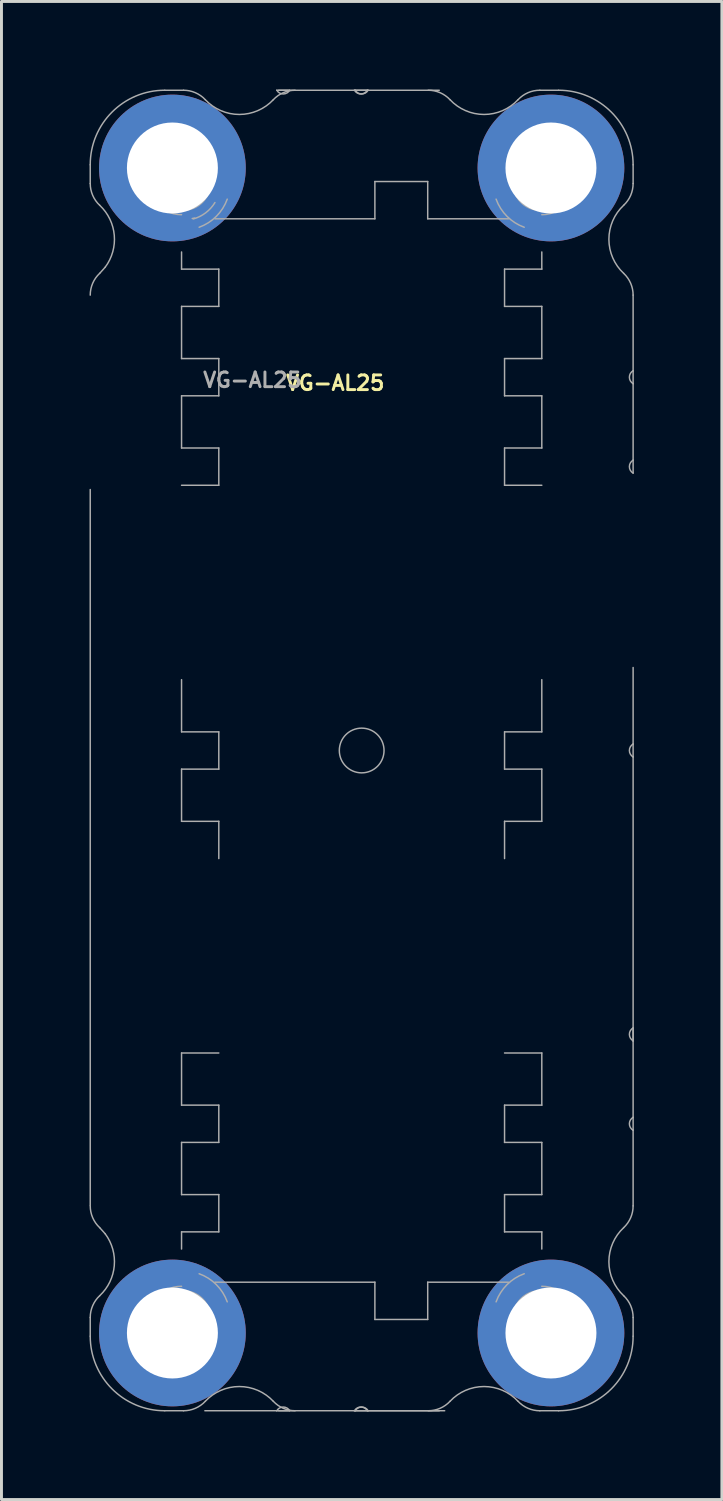
<source format=kicad_pcb>
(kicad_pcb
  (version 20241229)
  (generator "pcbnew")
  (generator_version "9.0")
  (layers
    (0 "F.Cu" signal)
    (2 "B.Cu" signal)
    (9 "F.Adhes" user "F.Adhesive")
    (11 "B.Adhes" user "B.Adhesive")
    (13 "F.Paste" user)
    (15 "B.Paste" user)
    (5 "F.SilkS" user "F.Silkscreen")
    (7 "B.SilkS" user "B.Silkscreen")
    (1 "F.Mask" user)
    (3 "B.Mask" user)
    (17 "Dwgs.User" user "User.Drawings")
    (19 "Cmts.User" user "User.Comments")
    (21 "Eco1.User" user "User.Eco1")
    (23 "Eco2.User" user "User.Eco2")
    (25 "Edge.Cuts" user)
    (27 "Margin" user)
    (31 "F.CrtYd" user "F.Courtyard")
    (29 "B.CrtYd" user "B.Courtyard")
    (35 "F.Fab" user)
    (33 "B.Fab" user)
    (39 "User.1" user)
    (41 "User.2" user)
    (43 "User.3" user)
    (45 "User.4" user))
  (footprint "VG-AL25"
    (layer "F.Cu")
    (at 9.275 22.525)
    (property "Reference" "VG-AL25" (at -0.9 -12.525 0) (layer "F.SilkS") (effects (font (size 0.5 0.5) (thickness 0.1))))
    (attr exclude_from_pos_files exclude_from_bom)
    (fp_line (start -9.25 -19.96) (end -9.25 -19.322) (stroke (width 0.05) (type solid)) (layer "F.Fab"))
    (fp_line (start -9.25 15.5) (end -9.25 -8.893) (stroke (width 0.05) (type solid)) (layer "F.Fab"))
    (fp_line (start -9.25 19.322) (end -9.25 19.96) (stroke (width 0.05) (type solid)) (layer "F.Fab"))
    (fp_line (start -8.928 16.26) (end -8.742 16.468) (stroke (width 0.05) (type solid)) (layer "F.Fab"))
    (fp_line (start -8.742 -16.468) (end -8.928 -16.26) (stroke (width 0.05) (type solid)) (layer "F.Fab"))
    (fp_line (start -6.71 22.5) (end -6.072 22.5) (stroke (width 0.05) (type solid)) (layer "F.Fab"))
    (fp_line (start -6.138 -16.988) (end -6.138 -16.404) (stroke (width 0.05) (type solid)) (layer "F.Fab"))
    (fp_line (start -6.138 -16.404) (end -4.869 -16.404) (stroke (width 0.05) (type solid)) (layer "F.Fab"))
    (fp_line (start -6.138 -15.134) (end -6.138 -13.356) (stroke (width 0.05) (type solid)) (layer "F.Fab"))
    (fp_line (start -6.138 -13.356) (end -4.869 -13.356) (stroke (width 0.05) (type solid)) (layer "F.Fab"))
    (fp_line (start -6.138 -12.086) (end -6.138 -10.308) (stroke (width 0.05) (type solid)) (layer "F.Fab"))
    (fp_line (start -6.138 -10.308) (end -4.869 -10.308) (stroke (width 0.05) (type solid)) (layer "F.Fab"))
    (fp_line (start -6.138 -2.413) (end -6.138 -0.635) (stroke (width 0.05) (type solid)) (layer "F.Fab"))
    (fp_line (start -6.138 -0.635) (end -4.869 -0.635) (stroke (width 0.05) (type solid)) (layer "F.Fab"))
    (fp_line (start -6.138 0.635) (end -6.138 2.413) (stroke (width 0.05) (type solid)) (layer "F.Fab"))
    (fp_line (start -6.138 2.413) (end -4.869 2.413) (stroke (width 0.05) (type solid)) (layer "F.Fab"))
    (fp_line (start -6.138 10.308) (end -6.138 12.086) (stroke (width 0.05) (type solid)) (layer "F.Fab"))
    (fp_line (start -6.138 12.086) (end -4.869 12.086) (stroke (width 0.05) (type solid)) (layer "F.Fab"))
    (fp_line (start -6.138 13.356) (end -6.138 15.134) (stroke (width 0.05) (type solid)) (layer "F.Fab"))
    (fp_line (start -6.138 15.134) (end -4.869 15.134) (stroke (width 0.05) (type solid)) (layer "F.Fab"))
    (fp_line (start -6.138 16.404) (end -6.138 16.988) (stroke (width 0.05) (type solid)) (layer "F.Fab"))
    (fp_line (start -6.072 -22.5) (end -6.71 -22.5) (stroke (width 0.05) (type solid)) (layer "F.Fab"))
    (fp_line (start -5.694 -18.144) (end -5.774 -18.128) (stroke (width 0.05) (type solid)) (layer "F.Fab"))
    (fp_line (start -5.343 22.5) (end -2.893 22.5) (stroke (width 0.05) (type solid)) (layer "F.Fab"))
    (fp_line (start -5 18.119) (end 0.45 18.119) (stroke (width 0.05) (type solid)) (layer "F.Fab"))
    (fp_line (start -4.869 -16.404) (end -4.869 -15.134) (stroke (width 0.05) (type solid)) (layer "F.Fab"))
    (fp_line (start -4.869 -15.134) (end -6.138 -15.134) (stroke (width 0.05) (type solid)) (layer "F.Fab"))
    (fp_line (start -4.869 -13.356) (end -4.869 -12.086) (stroke (width 0.05) (type solid)) (layer "F.Fab"))
    (fp_line (start -4.869 -12.086) (end -6.138 -12.086) (stroke (width 0.05) (type solid)) (layer "F.Fab"))
    (fp_line (start -4.869 -10.308) (end -4.869 -9.038) (stroke (width 0.05) (type solid)) (layer "F.Fab"))
    (fp_line (start -4.869 -9.038) (end -6.138 -9.038) (stroke (width 0.05) (type solid)) (layer "F.Fab"))
    (fp_line (start -4.869 -0.635) (end -4.869 0.635) (stroke (width 0.05) (type solid)) (layer "F.Fab"))
    (fp_line (start -4.869 0.635) (end -6.138 0.635) (stroke (width 0.05) (type solid)) (layer "F.Fab"))
    (fp_line (start -4.869 2.413) (end -4.869 3.683) (stroke (width 0.05) (type solid)) (layer "F.Fab"))
    (fp_line (start -4.869 10.308) (end -6.138 10.308) (stroke (width 0.05) (type solid)) (layer "F.Fab"))
    (fp_line (start -4.869 12.086) (end -4.869 13.356) (stroke (width 0.05) (type solid)) (layer "F.Fab"))
    (fp_line (start -4.869 13.356) (end -6.138 13.356) (stroke (width 0.05) (type solid)) (layer "F.Fab"))
    (fp_line (start -4.869 15.134) (end -4.869 16.404) (stroke (width 0.05) (type solid)) (layer "F.Fab"))
    (fp_line (start -4.869 16.404) (end -6.138 16.404) (stroke (width 0.05) (type solid)) (layer "F.Fab"))
    (fp_line (start -2.893 -22.5) (end -2.453 -22.5) (stroke (width 0.05) (type solid)) (layer "F.Fab"))
    (fp_line (start -2.828 22.5) (end -0.22 22.5) (stroke (width 0.05) (type solid)) (layer "F.Fab"))
    (fp_line (start -2.453 22.5) (end -2.893 22.5) (stroke (width 0.05) (type solid)) (layer "F.Fab"))
    (fp_line (start -0.247 -22.5) (end 0.193 -22.5) (stroke (width 0.05) (type solid)) (layer "F.Fab"))
    (fp_line (start -0.22 -22.5) (end -2.828 -22.5) (stroke (width 0.05) (type solid)) (layer "F.Fab"))
    (fp_line (start -0.22 -22.5) (end 0.22 -22.5) (stroke (width 0.05) (type solid)) (layer "F.Fab"))
    (fp_line (start 0.193 22.5) (end -0.247 22.5) (stroke (width 0.05) (type solid)) (layer "F.Fab"))
    (fp_line (start 0.193 22.5) (end 2.643 22.5) (stroke (width 0.05) (type solid)) (layer "F.Fab"))
    (fp_line (start 0.22 22.5) (end -0.22 22.5) (stroke (width 0.05) (type solid)) (layer "F.Fab"))
    (fp_line (start 0.22 22.5) (end 2.828 22.5) (stroke (width 0.05) (type solid)) (layer "F.Fab"))
    (fp_line (start 0.45 -19.389) (end 0.45 -18.119) (stroke (width 0.05) (type solid)) (layer "F.Fab"))
    (fp_line (start 0.45 -18.119) (end -5 -18.119) (stroke (width 0.05) (type solid)) (layer "F.Fab"))
    (fp_line (start 0.45 18.119) (end 0.45 19.389) (stroke (width 0.05) (type solid)) (layer "F.Fab"))
    (fp_line (start 0.45 19.389) (end 2.25 19.389) (stroke (width 0.05) (type solid)) (layer "F.Fab"))
    (fp_line (start 2.25 -19.389) (end 0.45 -19.389) (stroke (width 0.05) (type solid)) (layer "F.Fab"))
    (fp_line (start 2.25 -18.119) (end 2.25 -19.389) (stroke (width 0.05) (type solid)) (layer "F.Fab"))
    (fp_line (start 2.25 18.119) (end 5 18.119) (stroke (width 0.05) (type solid)) (layer "F.Fab"))
    (fp_line (start 2.25 19.389) (end 2.25 18.119) (stroke (width 0.05) (type solid)) (layer "F.Fab"))
    (fp_line (start 2.643 -22.5) (end 0.193 -22.5) (stroke (width 0.05) (type solid)) (layer "F.Fab"))
    (fp_line (start 4.869 -16.404) (end 6.138 -16.404) (stroke (width 0.05) (type solid)) (layer "F.Fab"))
    (fp_line (start 4.869 -15.134) (end 4.869 -16.404) (stroke (width 0.05) (type solid)) (layer "F.Fab"))
    (fp_line (start 4.869 -13.356) (end 6.138 -13.356) (stroke (width 0.05) (type solid)) (layer "F.Fab"))
    (fp_line (start 4.869 -12.086) (end 4.869 -13.356) (stroke (width 0.05) (type solid)) (layer "F.Fab"))
    (fp_line (start 4.869 -10.308) (end 6.138 -10.308) (stroke (width 0.05) (type solid)) (layer "F.Fab"))
    (fp_line (start 4.869 -9.038) (end 4.869 -10.308) (stroke (width 0.05) (type solid)) (layer "F.Fab"))
    (fp_line (start 4.869 -0.635) (end 6.138 -0.635) (stroke (width 0.05) (type solid)) (layer "F.Fab"))
    (fp_line (start 4.869 0.635) (end 4.869 -0.635) (stroke (width 0.05) (type solid)) (layer "F.Fab"))
    (fp_line (start 4.869 2.413) (end 6.138 2.413) (stroke (width 0.05) (type solid)) (layer "F.Fab"))
    (fp_line (start 4.869 3.683) (end 4.869 2.413) (stroke (width 0.05) (type solid)) (layer "F.Fab"))
    (fp_line (start 4.869 12.086) (end 6.138 12.086) (stroke (width 0.05) (type solid)) (layer "F.Fab"))
    (fp_line (start 4.869 13.356) (end 4.869 12.086) (stroke (width 0.05) (type solid)) (layer "F.Fab"))
    (fp_line (start 4.869 15.134) (end 6.138 15.134) (stroke (width 0.05) (type solid)) (layer "F.Fab"))
    (fp_line (start 4.869 16.404) (end 4.869 15.134) (stroke (width 0.05) (type solid)) (layer "F.Fab"))
    (fp_line (start 5 -18.119) (end 2.25 -18.119) (stroke (width 0.05) (type solid)) (layer "F.Fab"))
    (fp_line (start 6.072 22.5) (end 6.71 22.5) (stroke (width 0.05) (type solid)) (layer "F.Fab"))
    (fp_line (start 6.138 -16.404) (end 6.138 -16.988) (stroke (width 0.05) (type solid)) (layer "F.Fab"))
    (fp_line (start 6.138 -15.134) (end 4.869 -15.134) (stroke (width 0.05) (type solid)) (layer "F.Fab"))
    (fp_line (start 6.138 -13.356) (end 6.138 -15.134) (stroke (width 0.05) (type solid)) (layer "F.Fab"))
    (fp_line (start 6.138 -12.086) (end 4.869 -12.086) (stroke (width 0.05) (type solid)) (layer "F.Fab"))
    (fp_line (start 6.138 -10.308) (end 6.138 -12.086) (stroke (width 0.05) (type solid)) (layer "F.Fab"))
    (fp_line (start 6.138 -9.038) (end 4.869 -9.038) (stroke (width 0.05) (type solid)) (layer "F.Fab"))
    (fp_line (start 6.138 -0.635) (end 6.138 -2.413) (stroke (width 0.05) (type solid)) (layer "F.Fab"))
    (fp_line (start 6.138 0.635) (end 4.869 0.635) (stroke (width 0.05) (type solid)) (layer "F.Fab"))
    (fp_line (start 6.138 2.413) (end 6.138 0.635) (stroke (width 0.05) (type solid)) (layer "F.Fab"))
    (fp_line (start 6.138 10.308) (end 4.869 10.308) (stroke (width 0.05) (type solid)) (layer "F.Fab"))
    (fp_line (start 6.138 12.086) (end 6.138 10.308) (stroke (width 0.05) (type solid)) (layer "F.Fab"))
    (fp_line (start 6.138 13.356) (end 4.869 13.356) (stroke (width 0.05) (type solid)) (layer "F.Fab"))
    (fp_line (start 6.138 15.134) (end 6.138 13.356) (stroke (width 0.05) (type solid)) (layer "F.Fab"))
    (fp_line (start 6.138 16.404) (end 4.869 16.404) (stroke (width 0.05) (type solid)) (layer "F.Fab"))
    (fp_line (start 6.138 16.988) (end 6.138 16.404) (stroke (width 0.05) (type solid)) (layer "F.Fab"))
    (fp_line (start 6.71 -22.5) (end 6.072 -22.5) (stroke (width 0.05) (type solid)) (layer "F.Fab"))
    (fp_line (start 7.15 19.978) (end 7.188 19.9) (stroke (width 0.05) (type solid)) (layer "F.Fab"))
    (fp_line (start 9.25 -19.322) (end 9.25 -19.96) (stroke (width 0.05) (type solid)) (layer "F.Fab"))
    (fp_line (start 9.25 -12.941) (end 9.25 -15.518) (stroke (width 0.05) (type solid)) (layer "F.Fab"))
    (fp_line (start 9.25 -12.941) (end 9.25 -12.501) (stroke (width 0.05) (type solid)) (layer "F.Fab"))
    (fp_line (start 9.25 -9.893) (end 9.25 -12.501) (stroke (width 0.05) (type solid)) (layer "F.Fab"))
    (fp_line (start 9.25 -9.893) (end 9.25 -9.453) (stroke (width 0.05) (type solid)) (layer "F.Fab"))
    (fp_line (start 9.25 -0.22) (end 9.25 -2.828) (stroke (width 0.05) (type solid)) (layer "F.Fab"))
    (fp_line (start 9.25 -0.22) (end 9.25 0.22) (stroke (width 0.05) (type solid)) (layer "F.Fab"))
    (fp_line (start 9.25 9.453) (end 9.25 9.893) (stroke (width 0.05) (type solid)) (layer "F.Fab"))
    (fp_line (start 9.25 9.9) (end 9.25 0.22) (stroke (width 0.05) (type solid)) (layer "F.Fab"))
    (fp_line (start 9.25 12.501) (end 9.25 9.893) (stroke (width 0.05) (type solid)) (layer "F.Fab"))
    (fp_line (start 9.25 12.501) (end 9.25 12.941) (stroke (width 0.05) (type solid)) (layer "F.Fab"))
    (fp_line (start 9.25 15.518) (end 9.25 12.941) (stroke (width 0.05) (type solid)) (layer "F.Fab"))
    (fp_line (start 9.25 19.96) (end 9.25 19.322) (stroke (width 0.05) (type solid)) (layer "F.Fab"))
    (fp_arc (start -9.250001 -15.518177) (mid -9.165991 -15.922715) (end -8.927854 -16.260352) (stroke (width 0.05) (type solid)) (layer "F.Fab"))
    (fp_arc (start -9.250001 19.321823) (mid -9.165991 18.917285) (end -8.927854 18.579648) (stroke (width 0.05) (type solid)) (layer "F.Fab"))
    (fp_arc (start -9.25 -19.96) (mid -8.506051 -21.756051) (end -6.71 -22.5) (stroke (width 0.05) (type solid)) (layer "F.Fab"))
    (fp_arc (start -8.927854 -18.579648) (mid -8.43061 -17.559151) (end -8.742 -16.4675) (stroke (width 0.05) (type solid)) (layer "F.Fab"))
    (fp_arc (start -8.927854 -18.579647) (mid -9.165991 -18.917285) (end -9.25 -19.321822) (stroke (width 0.05) (type solid)) (layer "F.Fab"))
    (fp_arc (start -8.927854 16.260353) (mid -9.165991 15.922715) (end -9.25 15.518178) (stroke (width 0.05) (type solid)) (layer "F.Fab"))
    (fp_arc (start -8.742 16.4675) (mid -8.43061 17.559151) (end -8.927854 18.579648) (stroke (width 0.05) (type solid)) (layer "F.Fab"))
    (fp_arc (start -7.166443 -19.858513) (mid -7.137554 -20.387553) (end -6.608514 -20.416442) (stroke (width 0.05) (type solid)) (layer "F.Fab"))
    (fp_arc (start -7.166442 19.858514) (mid -7.089509 18.777631) (end -6.1385 18.2582) (stroke (width 0.05) (type solid)) (layer "F.Fab"))
    (fp_arc (start -6.71 22.5) (mid -8.506051 21.756051) (end -9.25 19.96) (stroke (width 0.05) (type solid)) (layer "F.Fab"))
    (fp_arc (start -6.608514 -20.416442) (mid -5.527631 -20.339509) (end -5.0082 -19.3885) (stroke (width 0.05) (type solid)) (layer "F.Fab"))
    (fp_arc (start -6.608514 20.416443) (mid -7.137554 20.387554) (end -7.166443 19.858514) (stroke (width 0.05) (type solid)) (layer "F.Fab"))
    (fp_arc (start -6.138499 -18.2582) (mid -7.089508 -18.77763) (end -7.166443 -19.858513) (stroke (width 0.05) (type solid)) (layer "F.Fab"))
    (fp_arc (start -6.071822 -22.5) (mid -5.667285 -22.41599) (end -5.329648 -22.177853) (stroke (width 0.05) (type solid)) (layer "F.Fab"))
    (fp_arc (start -5.538437 17.830926) (mid -4.952467 18.202468) (end -4.580926 18.788438) (stroke (width 0.05) (type solid)) (layer "F.Fab"))
    (fp_arc (start -5.329648 22.177854) (mid -5.667286 22.415991) (end -6.071823 22.5) (stroke (width 0.05) (type solid)) (layer "F.Fab"))
    (fp_arc (start -5.329647 22.177854) (mid -4.17 21.674501) (end -3.010353 22.177854) (stroke (width 0.05) (type solid)) (layer "F.Fab"))
    (fp_arc (start -5.232858 18.970663) (mid -5.161349 19.325) (end -5.232858 19.679337) (stroke (width 0.05) (type solid)) (layer "F.Fab"))
    (fp_arc (start -5.232858 19.679337) (mid -6.988651 19.325) (end -5.232858 18.970663) (stroke (width 0.05) (type solid)) (layer "F.Fab"))
    (fp_arc (start -5.23262 -19.678771) (mid -5.161349 -19.324693) (end -5.232858 -18.970663) (stroke (width 0.05) (type solid)) (layer "F.Fab"))
    (fp_arc (start -5.23262 -18.971229) (mid -6.988651 -19.324693) (end -5.232858 -19.679337) (stroke (width 0.05) (type solid)) (layer "F.Fab"))
    (fp_arc (start -5.008199 19.3885) (mid -5.527631 20.339509) (end -6.608514 20.416443) (stroke (width 0.05) (type solid)) (layer "F.Fab"))
    (fp_arc (start -5.000315 -18.672424) (mid -5.315029 -18.323377) (end -5.735931 -18.114283) (stroke (width 0.05) (type solid)) (layer "F.Fab"))
    (fp_arc (start -4.580926 -18.788437) (mid -4.952468 -18.202467) (end -5.538438 -17.830926) (stroke (width 0.05) (type solid)) (layer "F.Fab"))
    (fp_arc (start -3.010353 -22.177854) (mid -2.672715 -22.415991) (end -2.268178 -22.5) (stroke (width 0.05) (type solid)) (layer "F.Fab"))
    (fp_arc (start -3.010352 -22.177853) (mid -4.17 -21.674499) (end -5.329648 -22.177853) (stroke (width 0.05) (type solid)) (layer "F.Fab"))
    (fp_arc (start -2.89297 22.5) (mid -2.673 22.373) (end -2.45303 22.5) (stroke (width 0.05) (type solid)) (layer "F.Fab"))
    (fp_arc (start -2.453029 -22.5) (mid -2.673 -22.373) (end -2.892971 -22.5) (stroke (width 0.05) (type solid)) (layer "F.Fab"))
    (fp_arc (start -2.268178 22.500001) (mid -2.672716 22.415991) (end -3.010353 22.177854) (stroke (width 0.05) (type solid)) (layer "F.Fab"))
    (fp_arc (start -0.24697 22.5) (mid -0.027 22.373) (end 0.19297 22.5) (stroke (width 0.05) (type solid)) (layer "F.Fab"))
    (fp_arc (start -0.21997 22.5) (mid 0 22.373) (end 0.21997 22.5) (stroke (width 0.05) (type solid)) (layer "F.Fab"))
    (fp_arc (start 0.192971 -22.5) (mid -0.027 -22.373) (end -0.246971 -22.5) (stroke (width 0.05) (type solid)) (layer "F.Fab"))
    (fp_arc (start 0.219971 -22.5) (mid 0 -22.373) (end -0.219971 -22.5) (stroke (width 0.05) (type solid)) (layer "F.Fab"))
    (fp_arc (start 2.268178 -22.5) (mid 2.672715 -22.41599) (end 3.010352 -22.177853) (stroke (width 0.05) (type solid)) (layer "F.Fab"))
    (fp_arc (start 3.010352 22.177854) (mid 2.672714 22.415991) (end 2.268177 22.5) (stroke (width 0.05) (type solid)) (layer "F.Fab"))
    (fp_arc (start 3.010353 22.177854) (mid 4.17 21.674501) (end 5.329647 22.177854) (stroke (width 0.05) (type solid)) (layer "F.Fab"))
    (fp_arc (start 4.580926 18.788438) (mid 4.952468 18.202468) (end 5.538437 17.830926) (stroke (width 0.05) (type solid)) (layer "F.Fab"))
    (fp_arc (start 5.0082 -19.3885) (mid 5.527631 -20.339508) (end 6.608513 -20.416442) (stroke (width 0.05) (type solid)) (layer "F.Fab"))
    (fp_arc (start 5.329647 -22.177854) (mid 5.667285 -22.415991) (end 6.071822 -22.5) (stroke (width 0.05) (type solid)) (layer "F.Fab"))
    (fp_arc (start 5.329648 -22.177853) (mid 4.17 -21.674499) (end 3.010352 -22.177853) (stroke (width 0.05) (type solid)) (layer "F.Fab"))
    (fp_arc (start 5.538438 -17.830926) (mid 4.952468 -18.202468) (end 4.580926 -18.788437) (stroke (width 0.05) (type solid)) (layer "F.Fab"))
    (fp_arc (start 6.071822 22.500001) (mid 5.667284 22.415991) (end 5.329647 22.177854) (stroke (width 0.05) (type solid)) (layer "F.Fab"))
    (fp_arc (start 6.138501 18.2582) (mid 7.089509 18.777632) (end 7.166442 19.858514) (stroke (width 0.05) (type solid)) (layer "F.Fab"))
    (fp_arc (start 6.608513 -20.416442) (mid 7.137553 -20.387553) (end 7.166442 -19.858513) (stroke (width 0.05) (type solid)) (layer "F.Fab"))
    (fp_arc (start 6.608514 20.416442) (mid 5.527631 20.339509) (end 5.0082 19.3885) (stroke (width 0.05) (type solid)) (layer "F.Fab"))
    (fp_arc (start 6.71 -22.5) (mid 8.506051 -21.756051) (end 9.25 -19.96) (stroke (width 0.05) (type solid)) (layer "F.Fab"))
    (fp_arc (start 6.917142 -19.679337) (mid 6.988651 -19.325) (end 6.917142 -18.970663) (stroke (width 0.05) (type solid)) (layer "F.Fab"))
    (fp_arc (start 6.917142 -18.970663) (mid 5.161349 -19.325) (end 6.917142 -19.679337) (stroke (width 0.05) (type solid)) (layer "F.Fab"))
    (fp_arc (start 6.917142 18.970663) (mid 6.988651 19.325) (end 6.917142 19.679337) (stroke (width 0.05) (type solid)) (layer "F.Fab"))
    (fp_arc (start 6.917142 19.679337) (mid 5.161349 19.325) (end 6.917142 18.970663) (stroke (width 0.05) (type solid)) (layer "F.Fab"))
    (fp_arc (start 7.149686 19.977576) (mid 6.931157 20.245761) (end 6.64781 20.444238) (stroke (width 0.05) (type solid)) (layer "F.Fab"))
    (fp_arc (start 7.166442 -19.858514) (mid 7.089509 -18.777631) (end 6.1385 -18.2582) (stroke (width 0.05) (type solid)) (layer "F.Fab"))
    (fp_arc (start 7.166442 19.858514) (mid 7.137553 20.387554) (end 6.608513 20.416443) (stroke (width 0.05) (type solid)) (layer "F.Fab"))
    (fp_arc (start 8.927854 -16.260352) (mid 8.4245 -17.419999) (end 8.927853 -18.579647) (stroke (width 0.05) (type solid)) (layer "F.Fab"))
    (fp_arc (start 8.927854 -16.260352) (mid 9.165991 -15.922714) (end 9.25 -15.518177) (stroke (width 0.05) (type solid)) (layer "F.Fab"))
    (fp_arc (start 8.927854 18.579648) (mid 8.4245 17.420001) (end 8.927853 16.260353) (stroke (width 0.05) (type solid)) (layer "F.Fab"))
    (fp_arc (start 8.927854 18.579648) (mid 9.165991 18.917286) (end 9.25 19.321823) (stroke (width 0.05) (type solid)) (layer "F.Fab"))
    (fp_arc (start 9.25 -19.321821) (mid 9.16599 -18.917284) (end 8.927853 -18.579647) (stroke (width 0.05) (type solid)) (layer "F.Fab"))
    (fp_arc (start 9.25 -12.50103) (mid 9.123 -12.721) (end 9.25 -12.94097) (stroke (width 0.05) (type solid)) (layer "F.Fab"))
    (fp_arc (start 9.25 -9.45303) (mid 9.123 -9.673) (end 9.25 -9.89297) (stroke (width 0.05) (type solid)) (layer "F.Fab"))
    (fp_arc (start 9.25 0.21997) (mid 9.123 0) (end 9.25 -0.21997) (stroke (width 0.05) (type solid)) (layer "F.Fab"))
    (fp_arc (start 9.25 9.89297) (mid 9.123 9.673) (end 9.25 9.45303) (stroke (width 0.05) (type solid)) (layer "F.Fab"))
    (fp_arc (start 9.25 12.94097) (mid 9.123 12.721) (end 9.25 12.50103) (stroke (width 0.05) (type solid)) (layer "F.Fab"))
    (fp_arc (start 9.25 15.518179) (mid 9.16599 15.922716) (end 8.927853 16.260353) (stroke (width 0.05) (type solid)) (layer "F.Fab"))
    (fp_arc (start 9.25 19.96) (mid 8.506051 21.756051) (end 6.71 22.5) (stroke (width 0.05) (type solid)) (layer "F.Fab"))
    (fp_circle (center 0 0) (end 0.762 0) (stroke (width 0.05) (type solid)) (fill no) (layer "F.Fab"))
    (fp_text user "${REFERENCE}" (at -3.725 -12.625 0) (layer "F.Fab") (effects (font (size 0.5 0.5) (thickness 0.1))))
    (pad "1" thru_hole circle (at -6.45 -19.85) (size 5 5) (drill 3.1) (layers "*.Cu" "*.Mask"))
    (pad "2" thru_hole circle (at -6.45 19.85) (size 5 5) (drill 3.1) (layers "*.Cu" "*.Mask"))
    (pad "3" thru_hole circle (at 6.45 -19.85) (size 5 5) (drill 3.1) (layers "*.Cu" "*.Mask"))
    (pad "4" thru_hole circle (at 6.45 19.85) (size 5 5) (drill 3.1) (layers "*.Cu" "*.Mask")))
  (gr_rect
    (start -3 -3)
    (end 21.55 48.05)
    (stroke (width 0.1) (type default))
    (fill no)
    (layer "Edge.Cuts")))
</source>
